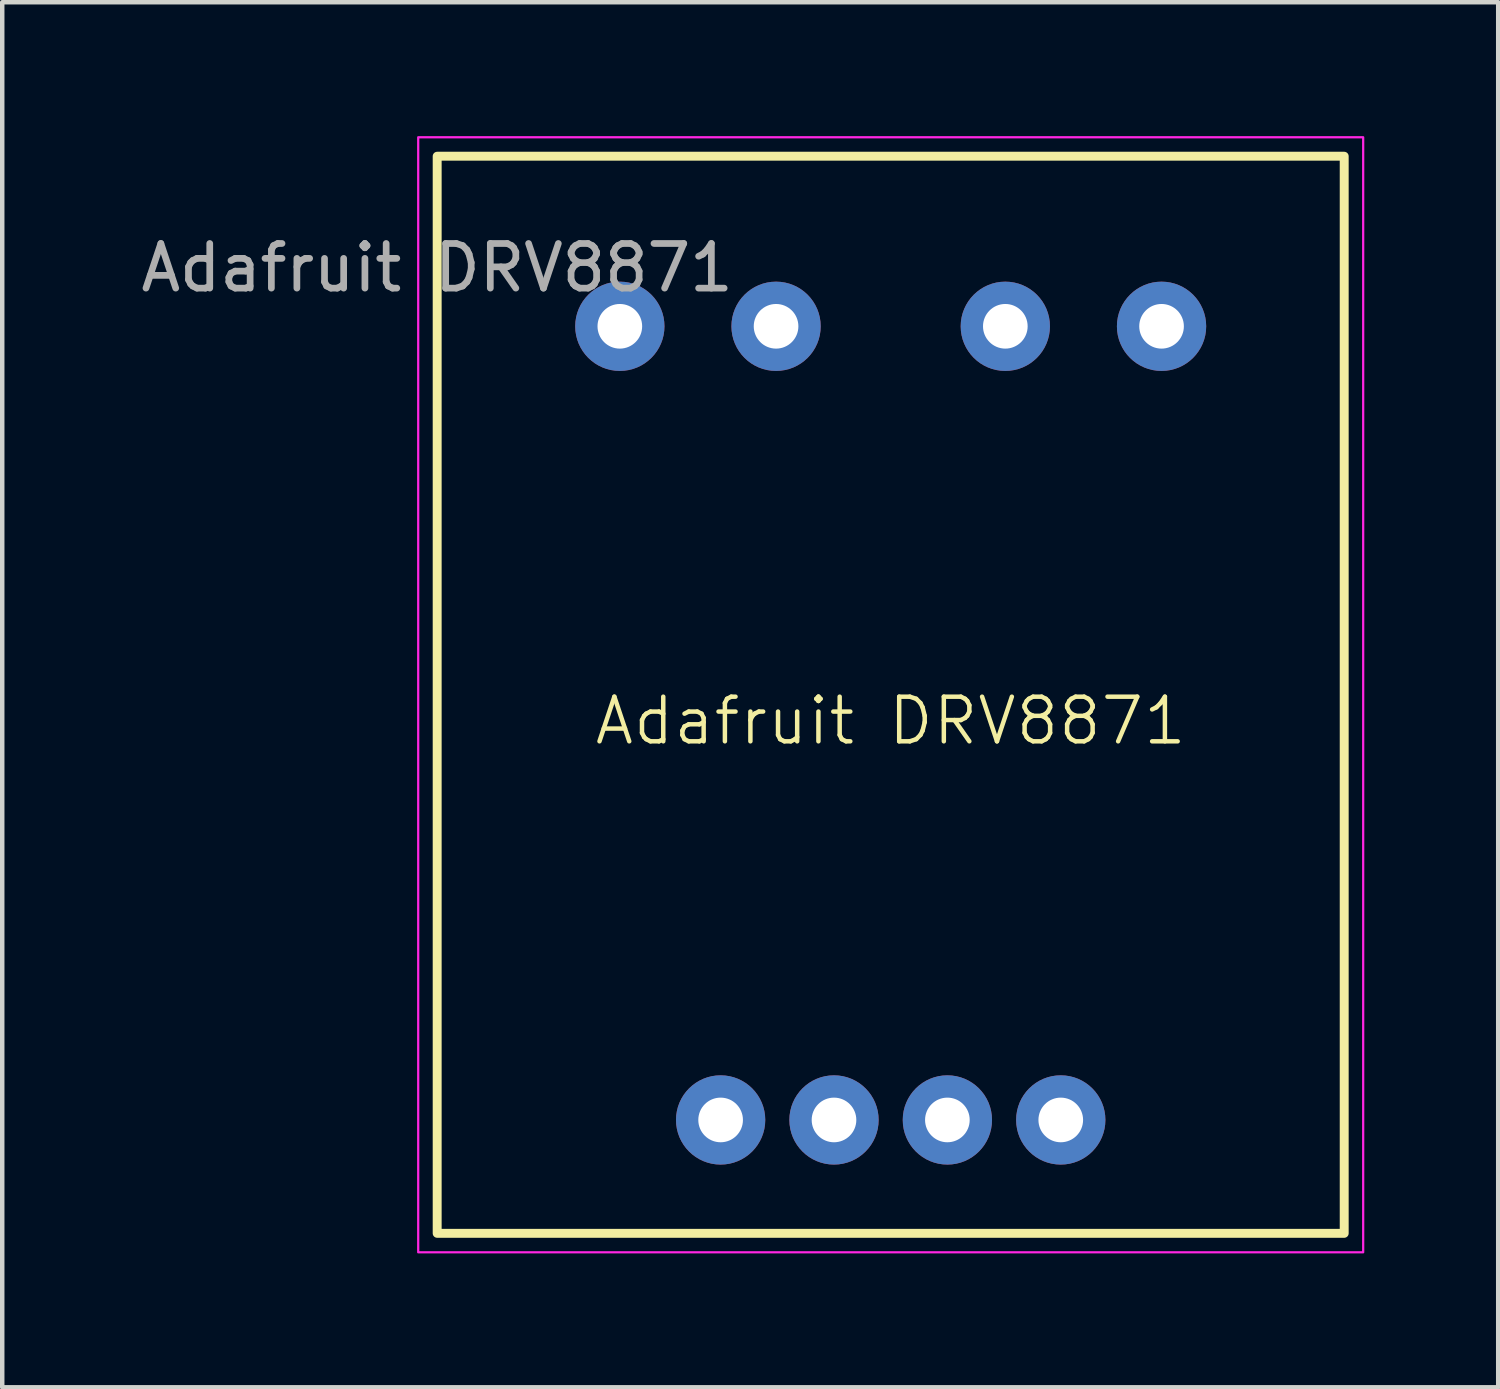
<source format=kicad_pcb>
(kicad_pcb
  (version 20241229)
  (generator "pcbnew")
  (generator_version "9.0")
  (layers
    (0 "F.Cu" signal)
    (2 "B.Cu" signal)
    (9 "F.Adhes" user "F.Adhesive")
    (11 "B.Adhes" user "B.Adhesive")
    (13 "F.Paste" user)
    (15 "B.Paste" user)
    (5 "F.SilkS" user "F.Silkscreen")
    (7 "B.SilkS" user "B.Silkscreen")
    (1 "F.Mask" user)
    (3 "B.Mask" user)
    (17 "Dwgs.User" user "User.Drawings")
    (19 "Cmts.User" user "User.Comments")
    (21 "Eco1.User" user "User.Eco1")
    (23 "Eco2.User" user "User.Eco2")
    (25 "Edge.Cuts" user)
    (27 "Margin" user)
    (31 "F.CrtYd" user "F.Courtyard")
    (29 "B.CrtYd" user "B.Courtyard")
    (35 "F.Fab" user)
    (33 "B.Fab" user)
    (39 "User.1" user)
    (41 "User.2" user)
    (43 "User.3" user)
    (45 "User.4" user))
  (footprint "Adafruit DRV8871"
    (layer "F.Cu")
    (at 6.744 0.45)
    (property "Reference" "Adafruit DRV8871" (at 10.16 12.65 0) (unlocked yes) (layer "F.SilkS") (effects (font (size 1 1) (thickness 0.1))))
    (attr through_hole)
    (fp_rect (start 0 0) (end 20.32 24.13) (stroke (width 0.2) (type default)) (fill no) (layer "F.SilkS"))
    (fp_rect (start -0.425 -0.425) (end 20.745 24.555) (stroke (width 0.05) (type default)) (fill no) (layer "F.CrtYd"))
    (fp_text user "${REFERENCE}" (at 0 2.5 0) (unlocked yes) (layer "F.Fab") (effects (font (size 1 1) (thickness 0.15))))
    (pad "1" thru_hole circle (at 12.728 3.81) (size 2 2) (drill 1) (layers "*.Cu" "*.Mask"))
    (pad "2" thru_hole circle (at 16.228 3.81) (size 2 2) (drill 1) (layers "*.Cu" "*.Mask"))
    (pad "3" thru_hole circle (at 4.092 3.81) (size 2 2) (drill 1) (layers "*.Cu" "*.Mask"))
    (pad "4" thru_hole circle (at 7.592 3.81) (size 2 2) (drill 1) (layers "*.Cu" "*.Mask"))
    (pad "5" thru_hole circle (at 6.35 21.59) (size 2 2) (drill 1) (layers "*.Cu" "*.Mask"))
    (pad "6" thru_hole circle (at 8.89 21.59) (size 2 2) (drill 1) (layers "*.Cu" "*.Mask"))
    (pad "7" thru_hole circle (at 11.43 21.59) (size 2 2) (drill 1) (layers "*.Cu" "*.Mask"))
    (pad "8" thru_hole circle (at 13.97 21.59) (size 2 2) (drill 1) (layers "*.Cu" "*.Mask")))
  (gr_rect
    (start -3 -3)
    (end 30.514 28.03)
    (stroke (width 0.1) (type default))
    (fill no)
    (layer "Edge.Cuts")))
</source>
